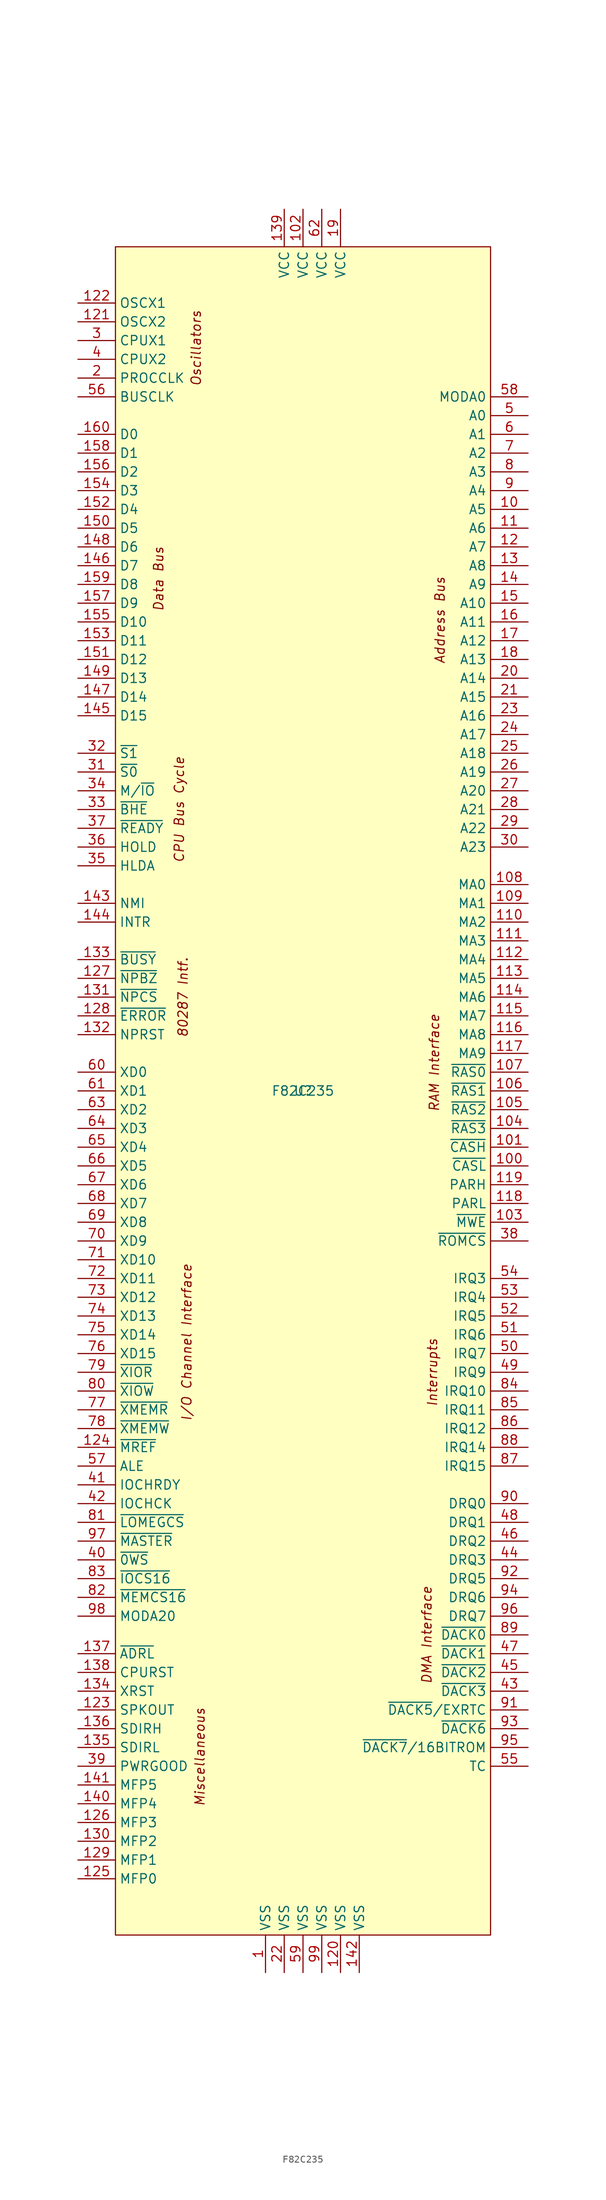
<source format=kicad_sym>
(kicad_symbol_lib
  (version 20231120)
  (generator "kicad_symbol_editor")
  (generator_version "8.0")
  (symbol "F82C235"
    (property "Reference" "U"
      (at 0 0 0)
      (effects (font (size 1.27 1.27))))
    (property "Value" "F82C235"
      (at 0 0 0)
      (effects (font (size 1.27 1.27))))
    (symbol "F82C235_0_0"
      (pin power_in line (at -5.08 -119.38 90) (length 5.08) (name "VSS" (effects (font (size 1.27 1.27)))) (number "1" (effects (font (size 1.27 1.27)))))
      (pin bidirectional line (at 30.48 78.74 180) (length 5.08) (name "A5" (effects (font (size 1.27 1.27)))) (number "10" (effects (font (size 1.27 1.27)))))
      (pin output line (at 30.48 -10.16 180) (length 5.08) (name "~{CASL}" (effects (font (size 1.27 1.27)))) (number "100" (effects (font (size 1.27 1.27)))))
      (pin output line (at 30.48 -7.62 180) (length 5.08) (name "~{CASH}" (effects (font (size 1.27 1.27)))) (number "101" (effects (font (size 1.27 1.27)))))
      (pin power_in line (at 0 119.38 270) (length 5.08) (name "VCC" (effects (font (size 1.27 1.27)))) (number "102" (effects (font (size 1.27 1.27)))))
      (pin output line (at 30.48 -17.78 180) (length 5.08) (name "~{MWE}" (effects (font (size 1.27 1.27)))) (number "103" (effects (font (size 1.27 1.27)))))
      (pin output line (at 30.48 -5.08 180) (length 5.08) (name "~{RAS3}" (effects (font (size 1.27 1.27)))) (number "104" (effects (font (size 1.27 1.27)))))
      (pin output line (at 30.48 -2.54 180) (length 5.08) (name "~{RAS2}" (effects (font (size 1.27 1.27)))) (number "105" (effects (font (size 1.27 1.27)))))
      (pin output line (at 30.48 0 180) (length 5.08) (name "~{RAS1}" (effects (font (size 1.27 1.27)))) (number "106" (effects (font (size 1.27 1.27)))))
      (pin output line (at 30.48 2.54 180) (length 5.08) (name "~{RAS0}" (effects (font (size 1.27 1.27)))) (number "107" (effects (font (size 1.27 1.27)))))
      (pin output line (at 30.48 27.94 180) (length 5.08) (name "MA0" (effects (font (size 1.27 1.27)))) (number "108" (effects (font (size 1.27 1.27)))))
      (pin output line (at 30.48 25.4 180) (length 5.08) (name "MA1" (effects (font (size 1.27 1.27)))) (number "109" (effects (font (size 1.27 1.27)))))
      (pin bidirectional line (at 30.48 76.2 180) (length 5.08) (name "A6" (effects (font (size 1.27 1.27)))) (number "11" (effects (font (size 1.27 1.27)))))
      (pin output line (at 30.48 22.86 180) (length 5.08) (name "MA2" (effects (font (size 1.27 1.27)))) (number "110" (effects (font (size 1.27 1.27)))))
      (pin output line (at 30.48 20.32 180) (length 5.08) (name "MA3" (effects (font (size 1.27 1.27)))) (number "111" (effects (font (size 1.27 1.27)))))
      (pin output line (at 30.48 17.78 180) (length 5.08) (name "MA4" (effects (font (size 1.27 1.27)))) (number "112" (effects (font (size 1.27 1.27)))))
      (pin output line (at 30.48 15.24 180) (length 5.08) (name "MA5" (effects (font (size 1.27 1.27)))) (number "113" (effects (font (size 1.27 1.27)))))
      (pin output line (at 30.48 12.7 180) (length 5.08) (name "MA6" (effects (font (size 1.27 1.27)))) (number "114" (effects (font (size 1.27 1.27)))))
      (pin output line (at 30.48 10.16 180) (length 5.08) (name "MA7" (effects (font (size 1.27 1.27)))) (number "115" (effects (font (size 1.27 1.27)))))
      (pin output line (at 30.48 7.62 180) (length 5.08) (name "MA8" (effects (font (size 1.27 1.27)))) (number "116" (effects (font (size 1.27 1.27)))))
      (pin output line (at 30.48 5.08 180) (length 5.08) (name "MA9" (effects (font (size 1.27 1.27)))) (number "117" (effects (font (size 1.27 1.27)))))
      (pin bidirectional line (at 30.48 -15.24 180) (length 5.08) (name "PARL" (effects (font (size 1.27 1.27)))) (number "118" (effects (font (size 1.27 1.27)))))
      (pin bidirectional line (at 30.48 -12.7 180) (length 5.08) (name "PARH" (effects (font (size 1.27 1.27)))) (number "119" (effects (font (size 1.27 1.27)))))
      (pin bidirectional line (at 30.48 73.66 180) (length 5.08) (name "A7" (effects (font (size 1.27 1.27)))) (number "12" (effects (font (size 1.27 1.27)))))
      (pin power_in line (at 5.08 -119.38 90) (length 5.08) (name "VSS" (effects (font (size 1.27 1.27)))) (number "120" (effects (font (size 1.27 1.27)))))
      (pin output line (at -30.48 104.14 0) (length 5.08) (name "OSCX2" (effects (font (size 1.27 1.27)))) (number "121" (effects (font (size 1.27 1.27)))))
      (pin input line (at -30.48 106.68 0) (length 5.08) (name "OSCX1" (effects (font (size 1.27 1.27)))) (number "122" (effects (font (size 1.27 1.27)))))
      (pin output line (at -30.48 -83.82 0) (length 5.08) (name "SPKOUT" (effects (font (size 1.27 1.27)))) (number "123" (effects (font (size 1.27 1.27)))))
      (pin bidirectional line (at -30.48 -48.26 0) (length 5.08) (name "~{MREF}" (effects (font (size 1.27 1.27)))) (number "124" (effects (font (size 1.27 1.27)))))
      (pin input line (at -30.48 -106.68 0) (length 5.08) (name "MFP0" (effects (font (size 1.27 1.27)))) (number "125" (effects (font (size 1.27 1.27)))))
      (pin input line (at -30.48 -99.06 0) (length 5.08) (name "MFP3" (effects (font (size 1.27 1.27)))) (number "126" (effects (font (size 1.27 1.27)))))
      (pin input line (at -30.48 15.24 0) (length 5.08) (name "~{NPBZ}" (effects (font (size 1.27 1.27)))) (number "127" (effects (font (size 1.27 1.27)))))
      (pin input line (at -30.48 10.16 0) (length 5.08) (name "~{ERROR}" (effects (font (size 1.27 1.27)))) (number "128" (effects (font (size 1.27 1.27)))))
      (pin input line (at -30.48 -104.14 0) (length 5.08) (name "MFP1" (effects (font (size 1.27 1.27)))) (number "129" (effects (font (size 1.27 1.27)))))
      (pin bidirectional line (at 30.48 71.12 180) (length 5.08) (name "A8" (effects (font (size 1.27 1.27)))) (number "13" (effects (font (size 1.27 1.27)))))
      (pin output line (at -30.48 -101.6 0) (length 5.08) (name "MFP2" (effects (font (size 1.27 1.27)))) (number "130" (effects (font (size 1.27 1.27)))))
      (pin output line (at -30.48 12.7 0) (length 5.08) (name "~{NPCS}" (effects (font (size 1.27 1.27)))) (number "131" (effects (font (size 1.27 1.27)))))
      (pin output line (at -30.48 7.62 0) (length 5.08) (name "NPRST" (effects (font (size 1.27 1.27)))) (number "132" (effects (font (size 1.27 1.27)))))
      (pin output line (at -30.48 17.78 0) (length 5.08) (name "~{BUSY}" (effects (font (size 1.27 1.27)))) (number "133" (effects (font (size 1.27 1.27)))))
      (pin output line (at -30.48 -81.28 0) (length 5.08) (name "XRST" (effects (font (size 1.27 1.27)))) (number "134" (effects (font (size 1.27 1.27)))))
      (pin output line (at -30.48 -88.9 0) (length 5.08) (name "SDIRL" (effects (font (size 1.27 1.27)))) (number "135" (effects (font (size 1.27 1.27)))))
      (pin output line (at -30.48 -86.36 0) (length 5.08) (name "SDIRH" (effects (font (size 1.27 1.27)))) (number "136" (effects (font (size 1.27 1.27)))))
      (pin output line (at -30.48 -76.2 0) (length 5.08) (name "~{ADRL}" (effects (font (size 1.27 1.27)))) (number "137" (effects (font (size 1.27 1.27)))))
      (pin output line (at -30.48 -78.74 0) (length 5.08) (name "CPURST" (effects (font (size 1.27 1.27)))) (number "138" (effects (font (size 1.27 1.27)))))
      (pin power_in line (at -2.54 119.38 270) (length 5.08) (name "VCC" (effects (font (size 1.27 1.27)))) (number "139" (effects (font (size 1.27 1.27)))))
      (pin bidirectional line (at 30.48 68.58 180) (length 5.08) (name "A9" (effects (font (size 1.27 1.27)))) (number "14" (effects (font (size 1.27 1.27)))))
      (pin input line (at -30.48 -96.52 0) (length 5.08) (name "MFP4" (effects (font (size 1.27 1.27)))) (number "140" (effects (font (size 1.27 1.27)))))
      (pin bidirectional line (at -30.48 -93.98 0) (length 5.08) (name "MFP5" (effects (font (size 1.27 1.27)))) (number "141" (effects (font (size 1.27 1.27)))))
      (pin power_in line (at 7.62 -119.38 90) (length 5.08) (name "VSS" (effects (font (size 1.27 1.27)))) (number "142" (effects (font (size 1.27 1.27)))))
      (pin output line (at -30.48 25.4 0) (length 5.08) (name "NMI" (effects (font (size 1.27 1.27)))) (number "143" (effects (font (size 1.27 1.27)))))
      (pin output line (at -30.48 22.86 0) (length 5.08) (name "INTR" (effects (font (size 1.27 1.27)))) (number "144" (effects (font (size 1.27 1.27)))))
      (pin bidirectional line (at -30.48 50.8 0) (length 5.08) (name "D15" (effects (font (size 1.27 1.27)))) (number "145" (effects (font (size 1.27 1.27)))))
      (pin bidirectional line (at -30.48 71.12 0) (length 5.08) (name "D7" (effects (font (size 1.27 1.27)))) (number "146" (effects (font (size 1.27 1.27)))))
      (pin bidirectional line (at -30.48 53.34 0) (length 5.08) (name "D14" (effects (font (size 1.27 1.27)))) (number "147" (effects (font (size 1.27 1.27)))))
      (pin bidirectional line (at -30.48 73.66 0) (length 5.08) (name "D6" (effects (font (size 1.27 1.27)))) (number "148" (effects (font (size 1.27 1.27)))))
      (pin bidirectional line (at -30.48 55.88 0) (length 5.08) (name "D13" (effects (font (size 1.27 1.27)))) (number "149" (effects (font (size 1.27 1.27)))))
      (pin bidirectional line (at 30.48 66.04 180) (length 5.08) (name "A10" (effects (font (size 1.27 1.27)))) (number "15" (effects (font (size 1.27 1.27)))))
      (pin bidirectional line (at -30.48 76.2 0) (length 5.08) (name "D5" (effects (font (size 1.27 1.27)))) (number "150" (effects (font (size 1.27 1.27)))))
      (pin bidirectional line (at -30.48 58.42 0) (length 5.08) (name "D12" (effects (font (size 1.27 1.27)))) (number "151" (effects (font (size 1.27 1.27)))))
      (pin bidirectional line (at -30.48 78.74 0) (length 5.08) (name "D4" (effects (font (size 1.27 1.27)))) (number "152" (effects (font (size 1.27 1.27)))))
      (pin bidirectional line (at -30.48 60.96 0) (length 5.08) (name "D11" (effects (font (size 1.27 1.27)))) (number "153" (effects (font (size 1.27 1.27)))))
      (pin bidirectional line (at -30.48 81.28 0) (length 5.08) (name "D3" (effects (font (size 1.27 1.27)))) (number "154" (effects (font (size 1.27 1.27)))))
      (pin bidirectional line (at -30.48 63.5 0) (length 5.08) (name "D10" (effects (font (size 1.27 1.27)))) (number "155" (effects (font (size 1.27 1.27)))))
      (pin bidirectional line (at -30.48 83.82 0) (length 5.08) (name "D2" (effects (font (size 1.27 1.27)))) (number "156" (effects (font (size 1.27 1.27)))))
      (pin bidirectional line (at -30.48 66.04 0) (length 5.08) (name "D9" (effects (font (size 1.27 1.27)))) (number "157" (effects (font (size 1.27 1.27)))))
      (pin bidirectional line (at -30.48 86.36 0) (length 5.08) (name "D1" (effects (font (size 1.27 1.27)))) (number "158" (effects (font (size 1.27 1.27)))))
      (pin bidirectional line (at -30.48 68.58 0) (length 5.08) (name "D8" (effects (font (size 1.27 1.27)))) (number "159" (effects (font (size 1.27 1.27)))))
      (pin bidirectional line (at 30.48 63.5 180) (length 5.08) (name "A11" (effects (font (size 1.27 1.27)))) (number "16" (effects (font (size 1.27 1.27)))))
      (pin bidirectional line (at -30.48 88.9 0) (length 5.08) (name "D0" (effects (font (size 1.27 1.27)))) (number "160" (effects (font (size 1.27 1.27)))))
      (pin bidirectional line (at 30.48 60.96 180) (length 5.08) (name "A12" (effects (font (size 1.27 1.27)))) (number "17" (effects (font (size 1.27 1.27)))))
      (pin bidirectional line (at 30.48 58.42 180) (length 5.08) (name "A13" (effects (font (size 1.27 1.27)))) (number "18" (effects (font (size 1.27 1.27)))))
      (pin power_in line (at 5.08 119.38 270) (length 5.08) (name "VCC" (effects (font (size 1.27 1.27)))) (number "19" (effects (font (size 1.27 1.27)))))
      (pin output line (at -30.48 96.52 0) (length 5.08) (name "PROCCLK" (effects (font (size 1.27 1.27)))) (number "2" (effects (font (size 1.27 1.27)))))
      (pin bidirectional line (at 30.48 55.88 180) (length 5.08) (name "A14" (effects (font (size 1.27 1.27)))) (number "20" (effects (font (size 1.27 1.27)))))
      (pin bidirectional line (at 30.48 53.34 180) (length 5.08) (name "A15" (effects (font (size 1.27 1.27)))) (number "21" (effects (font (size 1.27 1.27)))))
      (pin power_in line (at -2.54 -119.38 90) (length 5.08) (name "VSS" (effects (font (size 1.27 1.27)))) (number "22" (effects (font (size 1.27 1.27)))))
      (pin bidirectional line (at 30.48 50.8 180) (length 5.08) (name "A16" (effects (font (size 1.27 1.27)))) (number "23" (effects (font (size 1.27 1.27)))))
      (pin bidirectional line (at 30.48 48.26 180) (length 5.08) (name "A17" (effects (font (size 1.27 1.27)))) (number "24" (effects (font (size 1.27 1.27)))))
      (pin bidirectional line (at 30.48 45.72 180) (length 5.08) (name "A18" (effects (font (size 1.27 1.27)))) (number "25" (effects (font (size 1.27 1.27)))))
      (pin bidirectional line (at 30.48 43.18 180) (length 5.08) (name "A19" (effects (font (size 1.27 1.27)))) (number "26" (effects (font (size 1.27 1.27)))))
      (pin bidirectional line (at 30.48 40.64 180) (length 5.08) (name "A20" (effects (font (size 1.27 1.27)))) (number "27" (effects (font (size 1.27 1.27)))))
      (pin bidirectional line (at 30.48 38.1 180) (length 5.08) (name "A21" (effects (font (size 1.27 1.27)))) (number "28" (effects (font (size 1.27 1.27)))))
      (pin bidirectional line (at 30.48 35.56 180) (length 5.08) (name "A22" (effects (font (size 1.27 1.27)))) (number "29" (effects (font (size 1.27 1.27)))))
      (pin input line (at -30.48 101.6 0) (length 5.08) (name "CPUX1" (effects (font (size 1.27 1.27)))) (number "3" (effects (font (size 1.27 1.27)))))
      (pin bidirectional line (at 30.48 33.02 180) (length 5.08) (name "A23" (effects (font (size 1.27 1.27)))) (number "30" (effects (font (size 1.27 1.27)))))
      (pin input line (at -30.48 43.18 0) (length 5.08) (name "~{S0}" (effects (font (size 1.27 1.27)))) (number "31" (effects (font (size 1.27 1.27)))))
      (pin input line (at -30.48 45.72 0) (length 5.08) (name "~{S1}" (effects (font (size 1.27 1.27)))) (number "32" (effects (font (size 1.27 1.27)))))
      (pin bidirectional line (at -30.48 38.1 0) (length 5.08) (name "~{BHE}" (effects (font (size 1.27 1.27)))) (number "33" (effects (font (size 1.27 1.27)))))
      (pin input line (at -30.48 40.64 0) (length 5.08) (name "M/~{IO}" (effects (font (size 1.27 1.27)))) (number "34" (effects (font (size 1.27 1.27)))))
      (pin input line (at -30.48 30.48 0) (length 5.08) (name "HLDA" (effects (font (size 1.27 1.27)))) (number "35" (effects (font (size 1.27 1.27)))))
      (pin output line (at -30.48 33.02 0) (length 5.08) (name "HOLD" (effects (font (size 1.27 1.27)))) (number "36" (effects (font (size 1.27 1.27)))))
      (pin output line (at -30.48 35.56 0) (length 5.08) (name "~{READY}" (effects (font (size 1.27 1.27)))) (number "37" (effects (font (size 1.27 1.27)))))
      (pin output line (at 30.48 -20.32 180) (length 5.08) (name "~{ROMCS}" (effects (font (size 1.27 1.27)))) (number "38" (effects (font (size 1.27 1.27)))))
      (pin input line (at -30.48 -91.44 0) (length 5.08) (name "PWRGOOD" (effects (font (size 1.27 1.27)))) (number "39" (effects (font (size 1.27 1.27)))))
      (pin output line (at -30.48 99.06 0) (length 5.08) (name "CPUX2" (effects (font (size 1.27 1.27)))) (number "4" (effects (font (size 1.27 1.27)))))
      (pin input line (at -30.48 -63.5 0) (length 5.08) (name "~{0WS}" (effects (font (size 1.27 1.27)))) (number "40" (effects (font (size 1.27 1.27)))))
      (pin input line (at -30.48 -53.34 0) (length 5.08) (name "IOCHRDY" (effects (font (size 1.27 1.27)))) (number "41" (effects (font (size 1.27 1.27)))))
      (pin input line (at -30.48 -55.88 0) (length 5.08) (name "IOCHCK" (effects (font (size 1.27 1.27)))) (number "42" (effects (font (size 1.27 1.27)))))
      (pin bidirectional line (at 30.48 -81.28 180) (length 5.08) (name "~{DACK3}" (effects (font (size 1.27 1.27)))) (number "43" (effects (font (size 1.27 1.27)))))
      (pin input line (at 30.48 -63.5 180) (length 5.08) (name "DRQ3" (effects (font (size 1.27 1.27)))) (number "44" (effects (font (size 1.27 1.27)))))
      (pin bidirectional line (at 30.48 -78.74 180) (length 5.08) (name "~{DACK2}" (effects (font (size 1.27 1.27)))) (number "45" (effects (font (size 1.27 1.27)))))
      (pin input line (at 30.48 -60.96 180) (length 5.08) (name "DRQ2" (effects (font (size 1.27 1.27)))) (number "46" (effects (font (size 1.27 1.27)))))
      (pin bidirectional line (at 30.48 -76.2 180) (length 5.08) (name "~{DACK1}" (effects (font (size 1.27 1.27)))) (number "47" (effects (font (size 1.27 1.27)))))
      (pin input line (at 30.48 -58.42 180) (length 5.08) (name "DRQ1" (effects (font (size 1.27 1.27)))) (number "48" (effects (font (size 1.27 1.27)))))
      (pin input line (at 30.48 -38.1 180) (length 5.08) (name "IRQ9" (effects (font (size 1.27 1.27)))) (number "49" (effects (font (size 1.27 1.27)))))
      (pin bidirectional line (at 30.48 91.44 180) (length 5.08) (name "A0" (effects (font (size 1.27 1.27)))) (number "5" (effects (font (size 1.27 1.27)))))
      (pin input line (at 30.48 -35.56 180) (length 5.08) (name "IRQ7" (effects (font (size 1.27 1.27)))) (number "50" (effects (font (size 1.27 1.27)))))
      (pin input line (at 30.48 -33.02 180) (length 5.08) (name "IRQ6" (effects (font (size 1.27 1.27)))) (number "51" (effects (font (size 1.27 1.27)))))
      (pin input line (at 30.48 -30.48 180) (length 5.08) (name "IRQ5" (effects (font (size 1.27 1.27)))) (number "52" (effects (font (size 1.27 1.27)))))
      (pin input line (at 30.48 -27.94 180) (length 5.08) (name "IRQ4" (effects (font (size 1.27 1.27)))) (number "53" (effects (font (size 1.27 1.27)))))
      (pin input line (at 30.48 -25.4 180) (length 5.08) (name "IRQ3" (effects (font (size 1.27 1.27)))) (number "54" (effects (font (size 1.27 1.27)))))
      (pin output line (at 30.48 -91.44 180) (length 5.08) (name "TC" (effects (font (size 1.27 1.27)))) (number "55" (effects (font (size 1.27 1.27)))))
      (pin output line (at -30.48 93.98 0) (length 5.08) (name "BUSCLK" (effects (font (size 1.27 1.27)))) (number "56" (effects (font (size 1.27 1.27)))))
      (pin output line (at -30.48 -50.8 0) (length 5.08) (name "ALE" (effects (font (size 1.27 1.27)))) (number "57" (effects (font (size 1.27 1.27)))))
      (pin bidirectional line (at 30.48 93.98 180) (length 5.08) (name "MODA0" (effects (font (size 1.27 1.27)))) (number "58" (effects (font (size 1.27 1.27)))))
      (pin power_in line (at 0 -119.38 90) (length 5.08) (name "VSS" (effects (font (size 1.27 1.27)))) (number "59" (effects (font (size 1.27 1.27)))))
      (pin bidirectional line (at 30.48 88.9 180) (length 5.08) (name "A1" (effects (font (size 1.27 1.27)))) (number "6" (effects (font (size 1.27 1.27)))))
      (pin bidirectional line (at -30.48 2.54 0) (length 5.08) (name "XD0" (effects (font (size 1.27 1.27)))) (number "60" (effects (font (size 1.27 1.27)))))
      (pin bidirectional line (at -30.48 0 0) (length 5.08) (name "XD1" (effects (font (size 1.27 1.27)))) (number "61" (effects (font (size 1.27 1.27)))))
      (pin power_in line (at 2.54 119.38 270) (length 5.08) (name "VCC" (effects (font (size 1.27 1.27)))) (number "62" (effects (font (size 1.27 1.27)))))
      (pin bidirectional line (at -30.48 -2.54 0) (length 5.08) (name "XD2" (effects (font (size 1.27 1.27)))) (number "63" (effects (font (size 1.27 1.27)))))
      (pin bidirectional line (at -30.48 -5.08 0) (length 5.08) (name "XD3" (effects (font (size 1.27 1.27)))) (number "64" (effects (font (size 1.27 1.27)))))
      (pin bidirectional line (at -30.48 -7.62 0) (length 5.08) (name "XD4" (effects (font (size 1.27 1.27)))) (number "65" (effects (font (size 1.27 1.27)))))
      (pin bidirectional line (at -30.48 -10.16 0) (length 5.08) (name "XD5" (effects (font (size 1.27 1.27)))) (number "66" (effects (font (size 1.27 1.27)))))
      (pin bidirectional line (at -30.48 -12.7 0) (length 5.08) (name "XD6" (effects (font (size 1.27 1.27)))) (number "67" (effects (font (size 1.27 1.27)))))
      (pin bidirectional line (at -30.48 -15.24 0) (length 5.08) (name "XD7" (effects (font (size 1.27 1.27)))) (number "68" (effects (font (size 1.27 1.27)))))
      (pin bidirectional line (at -30.48 -17.78 0) (length 5.08) (name "XD8" (effects (font (size 1.27 1.27)))) (number "69" (effects (font (size 1.27 1.27)))))
      (pin bidirectional line (at 30.48 86.36 180) (length 5.08) (name "A2" (effects (font (size 1.27 1.27)))) (number "7" (effects (font (size 1.27 1.27)))))
      (pin bidirectional line (at -30.48 -20.32 0) (length 5.08) (name "XD9" (effects (font (size 1.27 1.27)))) (number "70" (effects (font (size 1.27 1.27)))))
      (pin bidirectional line (at -30.48 -22.86 0) (length 5.08) (name "XD10" (effects (font (size 1.27 1.27)))) (number "71" (effects (font (size 1.27 1.27)))))
      (pin bidirectional line (at -30.48 -25.4 0) (length 5.08) (name "XD11" (effects (font (size 1.27 1.27)))) (number "72" (effects (font (size 1.27 1.27)))))
      (pin bidirectional line (at -30.48 -27.94 0) (length 5.08) (name "XD12" (effects (font (size 1.27 1.27)))) (number "73" (effects (font (size 1.27 1.27)))))
      (pin bidirectional line (at -30.48 -30.48 0) (length 5.08) (name "XD13" (effects (font (size 1.27 1.27)))) (number "74" (effects (font (size 1.27 1.27)))))
      (pin bidirectional line (at -30.48 -33.02 0) (length 5.08) (name "XD14" (effects (font (size 1.27 1.27)))) (number "75" (effects (font (size 1.27 1.27)))))
      (pin bidirectional line (at -30.48 -35.56 0) (length 5.08) (name "XD15" (effects (font (size 1.27 1.27)))) (number "76" (effects (font (size 1.27 1.27)))))
      (pin bidirectional line (at -30.48 -43.18 0) (length 5.08) (name "~{XMEMR}" (effects (font (size 1.27 1.27)))) (number "77" (effects (font (size 1.27 1.27)))))
      (pin bidirectional line (at -30.48 -45.72 0) (length 5.08) (name "~{XMEMW}" (effects (font (size 1.27 1.27)))) (number "78" (effects (font (size 1.27 1.27)))))
      (pin bidirectional line (at -30.48 -38.1 0) (length 5.08) (name "~{XIOR}" (effects (font (size 1.27 1.27)))) (number "79" (effects (font (size 1.27 1.27)))))
      (pin bidirectional line (at 30.48 83.82 180) (length 5.08) (name "A3" (effects (font (size 1.27 1.27)))) (number "8" (effects (font (size 1.27 1.27)))))
      (pin bidirectional line (at -30.48 -40.64 0) (length 5.08) (name "~{XIOW}" (effects (font (size 1.27 1.27)))) (number "80" (effects (font (size 1.27 1.27)))))
      (pin output line (at -30.48 -58.42 0) (length 5.08) (name "~{LOMEGCS}" (effects (font (size 1.27 1.27)))) (number "81" (effects (font (size 1.27 1.27)))))
      (pin bidirectional line (at -30.48 -68.58 0) (length 5.08) (name "~{MEMCS16}" (effects (font (size 1.27 1.27)))) (number "82" (effects (font (size 1.27 1.27)))))
      (pin bidirectional line (at -30.48 -66.04 0) (length 5.08) (name "~{IOCS16}" (effects (font (size 1.27 1.27)))) (number "83" (effects (font (size 1.27 1.27)))))
      (pin input line (at 30.48 -40.64 180) (length 5.08) (name "IRQ10" (effects (font (size 1.27 1.27)))) (number "84" (effects (font (size 1.27 1.27)))))
      (pin input line (at 30.48 -43.18 180) (length 5.08) (name "IRQ11" (effects (font (size 1.27 1.27)))) (number "85" (effects (font (size 1.27 1.27)))))
      (pin input line (at 30.48 -45.72 180) (length 5.08) (name "IRQ12" (effects (font (size 1.27 1.27)))) (number "86" (effects (font (size 1.27 1.27)))))
      (pin input line (at 30.48 -50.8 180) (length 5.08) (name "IRQ15" (effects (font (size 1.27 1.27)))) (number "87" (effects (font (size 1.27 1.27)))))
      (pin input line (at 30.48 -48.26 180) (length 5.08) (name "IRQ14" (effects (font (size 1.27 1.27)))) (number "88" (effects (font (size 1.27 1.27)))))
      (pin bidirectional line (at 30.48 -73.66 180) (length 5.08) (name "~{DACK0}" (effects (font (size 1.27 1.27)))) (number "89" (effects (font (size 1.27 1.27)))))
      (pin bidirectional line (at 30.48 81.28 180) (length 5.08) (name "A4" (effects (font (size 1.27 1.27)))) (number "9" (effects (font (size 1.27 1.27)))))
      (pin input line (at 30.48 -55.88 180) (length 5.08) (name "DRQ0" (effects (font (size 1.27 1.27)))) (number "90" (effects (font (size 1.27 1.27)))))
      (pin bidirectional line (at 30.48 -83.82 180) (length 5.08) (name "~{DACK5}/EXRTC" (effects (font (size 1.27 1.27)))) (number "91" (effects (font (size 1.27 1.27)))))
      (pin input line (at 30.48 -66.04 180) (length 5.08) (name "DRQ5" (effects (font (size 1.27 1.27)))) (number "92" (effects (font (size 1.27 1.27)))))
      (pin bidirectional line (at 30.48 -86.36 180) (length 5.08) (name "~{DACK6}" (effects (font (size 1.27 1.27)))) (number "93" (effects (font (size 1.27 1.27)))))
      (pin input line (at 30.48 -68.58 180) (length 5.08) (name "DRQ6" (effects (font (size 1.27 1.27)))) (number "94" (effects (font (size 1.27 1.27)))))
      (pin bidirectional line (at 30.48 -88.9 180) (length 5.08) (name "~{DACK7}/16BITROM" (effects (font (size 1.27 1.27)))) (number "95" (effects (font (size 1.27 1.27)))))
      (pin input line (at 30.48 -71.12 180) (length 5.08) (name "DRQ7" (effects (font (size 1.27 1.27)))) (number "96" (effects (font (size 1.27 1.27)))))
      (pin input line (at -30.48 -60.96 0) (length 5.08) (name "~{MASTER}" (effects (font (size 1.27 1.27)))) (number "97" (effects (font (size 1.27 1.27)))))
      (pin bidirectional line (at -30.48 -71.12 0) (length 5.08) (name "MODA20" (effects (font (size 1.27 1.27)))) (number "98" (effects (font (size 1.27 1.27)))))
      (pin power_in line (at 2.54 -119.38 90) (length 5.08) (name "VSS" (effects (font (size 1.27 1.27)))) (number "99" (effects (font (size 1.27 1.27))))))
    (symbol "F82C235_1_1"
      (rectangle (start -25.4 114.3) (end 25.4 -114.3) (stroke (width 0) (type default)) (fill (type background)))
      (text "80287 Intf." (at -16.256 12.7 900) (effects (font (size 1.27 1.27) (italic yes))))
      (text "Address Bus" (at 18.542 63.754 900) (effects (font (size 1.27 1.27) (italic yes))))
      (text "CPU Bus Cycle" (at -16.764 38.1 900) (effects (font (size 1.27 1.27) (italic yes))))
      (text "Data Bus" (at -19.558 69.342 900) (effects (font (size 1.27 1.27) (italic yes))))
      (text "DMA Interface" (at 16.764 -73.66 900) (effects (font (size 1.27 1.27) (italic yes))))
      (text "I/O Channel Interface" (at -15.748 -34.036 900) (effects (font (size 1.27 1.27) (italic yes))))
      (text "Interrupts" (at 17.526 -38.1 900) (effects (font (size 1.27 1.27) (italic yes))))
      (text "Miscellaneous" (at -13.97 -90.17 900) (effects (font (size 1.27 1.27) (italic yes))))
      (text "Oscillators" (at -14.478 100.584 900) (effects (font (size 1.27 1.27) (italic yes))))
      (text "RAM Interface" (at 17.78 3.81 900) (effects (font (size 1.27 1.27) (italic yes)))))))
</source>
